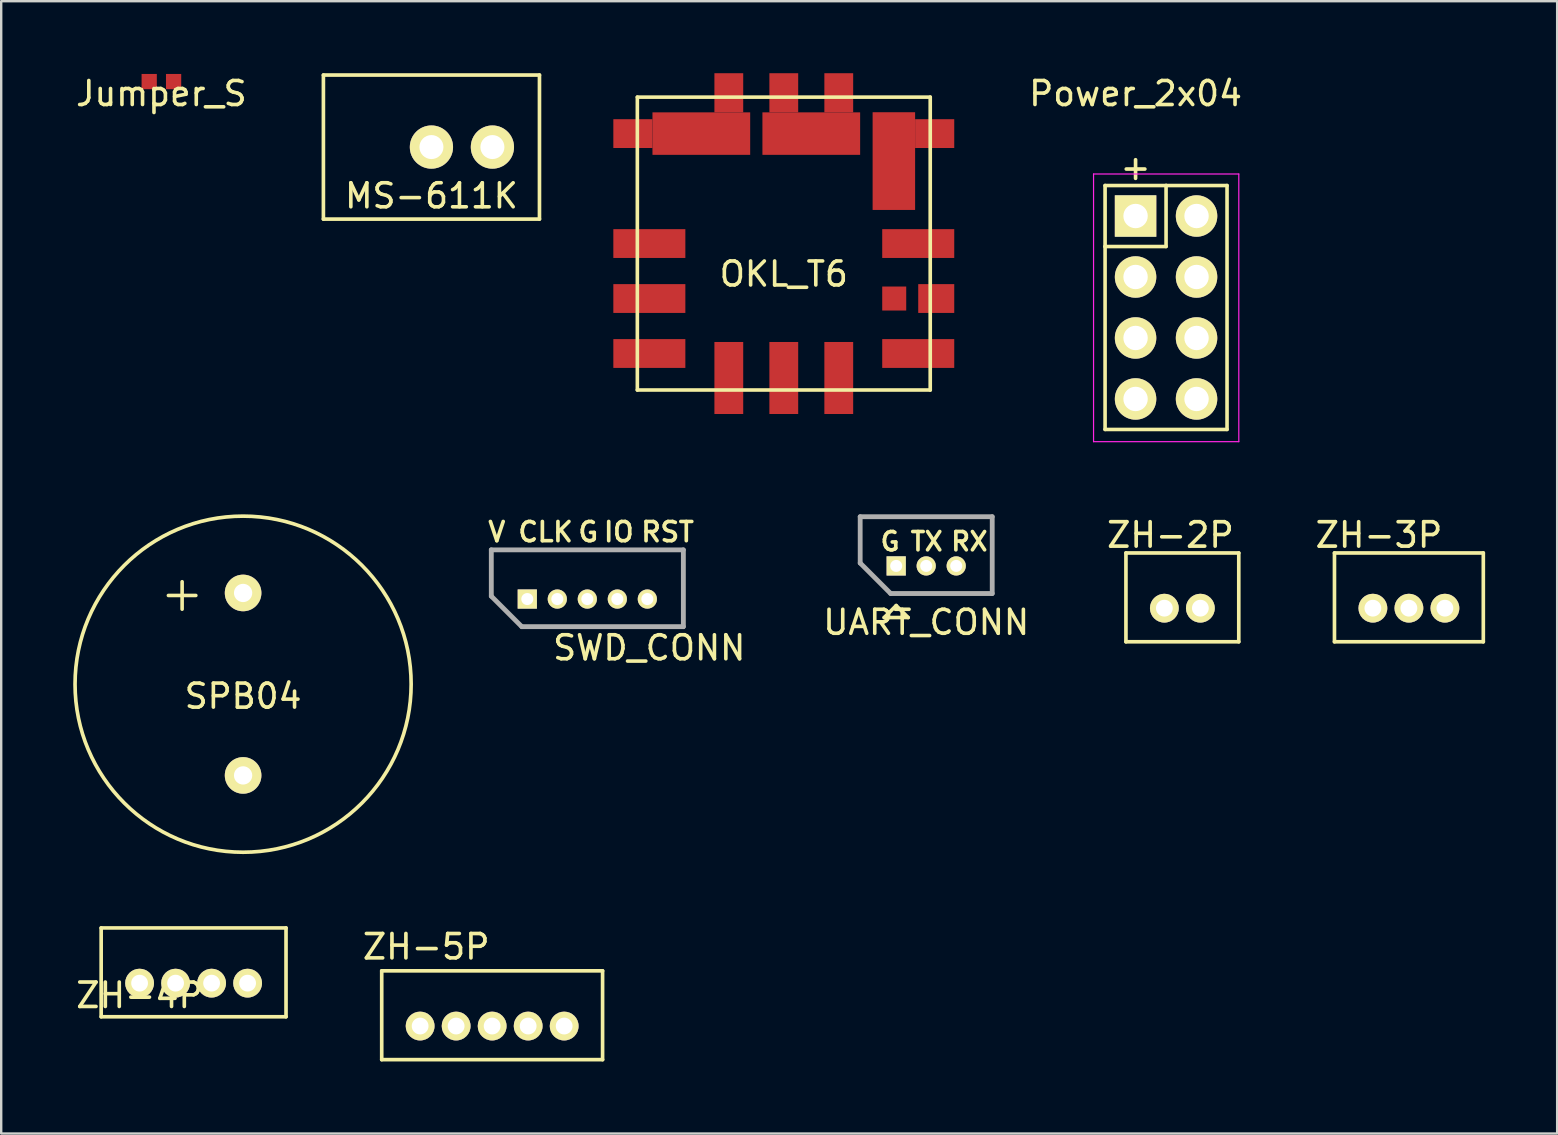
<source format=kicad_pcb>
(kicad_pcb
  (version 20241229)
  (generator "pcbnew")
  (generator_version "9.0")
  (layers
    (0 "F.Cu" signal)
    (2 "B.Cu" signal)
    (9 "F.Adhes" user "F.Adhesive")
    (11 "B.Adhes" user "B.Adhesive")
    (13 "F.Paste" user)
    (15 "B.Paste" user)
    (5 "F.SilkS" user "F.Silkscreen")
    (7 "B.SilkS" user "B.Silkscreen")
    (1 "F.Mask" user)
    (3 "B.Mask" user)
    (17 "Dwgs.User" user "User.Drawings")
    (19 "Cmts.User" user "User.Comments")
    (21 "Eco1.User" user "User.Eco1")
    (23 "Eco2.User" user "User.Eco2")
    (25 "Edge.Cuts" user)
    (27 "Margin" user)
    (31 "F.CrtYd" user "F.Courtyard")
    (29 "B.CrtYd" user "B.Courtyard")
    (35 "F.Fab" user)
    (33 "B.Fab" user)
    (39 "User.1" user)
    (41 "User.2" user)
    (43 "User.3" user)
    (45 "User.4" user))
  (footprint "SPB04"
    (layer "F.Cu")
    (at 7.076 25.449)
    (property "Reference" "SPB04" (at 0 0.5 0) (layer "F.SilkS") (effects (font (size 1 1) (thickness 0.15))))
    (attr through_hole)
    (fp_circle (center 0 0) (end 0 7) (stroke (width 0.152) (type solid)) (fill no) (layer "F.SilkS"))
    (fp_text user "+" (at -2.54 -3.81 0) (layer "F.SilkS") (effects (font (size 1.5 1.5) (thickness 0.15))))
    (pad "1" thru_hole circle (at 0 -3.8) (size 1.524 1.524) (drill 0.762) (layers "*.Cu" "*.Mask" "F.SilkS"))
    (pad "2" thru_hole circle (at 0 3.8) (size 1.524 1.524) (drill 0.762) (layers "*.Cu" "*.Mask" "F.SilkS")))
  (footprint "ZH-5P"
    (layer "F.Cu")
    (at 14.45 39.689)
    (property "Reference" "ZH-5P" (at 0.254 -3.302 0) (layer "F.SilkS") (effects (font (size 1.016 1.016) (thickness 0.152))))
    (attr through_hole)
    (fp_line (start -1.6 -2.3) (end -1.6 1.4) (stroke (width 0.152) (type solid)) (layer "F.SilkS"))
    (fp_line (start -1.6 -2.3) (end 7.6 -2.3) (stroke (width 0.152) (type solid)) (layer "F.SilkS"))
    (fp_line (start -1.6 1.4) (end 7.6 1.4) (stroke (width 0.152) (type solid)) (layer "F.SilkS"))
    (fp_line (start 7.6 -2.3) (end 7.6 1.4) (stroke (width 0.152) (type solid)) (layer "F.SilkS"))
    (pad "1" thru_hole circle (at 0 0) (size 1.2 1.2) (drill 0.7) (layers "*.Cu" "*.Mask" "F.SilkS"))
    (pad "2" thru_hole circle (at 1.5 0) (size 1.2 1.2) (drill 0.7) (layers "*.Cu" "*.Mask" "F.SilkS"))
    (pad "3" thru_hole circle (at 3 0) (size 1.2 1.2) (drill 0.7) (layers "*.Cu" "*.Mask" "F.SilkS"))
    (pad "4" thru_hole circle (at 4.5 0) (size 1.2 1.2) (drill 0.7) (layers "*.Cu" "*.Mask" "F.SilkS"))
    (pad "5" thru_hole circle (at 6 0) (size 1.2 1.2) (drill 0.7) (layers "*.Cu" "*.Mask" "F.SilkS")))
  (footprint "ZH-4P"
    (layer "F.Cu")
    (at 2.764 37.902)
    (property "Reference" "ZH-4P" (at 0 0.508 0) (layer "F.SilkS") (effects (font (size 1.016 1.016) (thickness 0.152))))
    (attr through_hole)
    (fp_line (start -1.6 -2.3) (end -1.6 1.4) (stroke (width 0.152) (type solid)) (layer "F.SilkS"))
    (fp_line (start -1.6 -2.3) (end 6.1 -2.3) (stroke (width 0.152) (type solid)) (layer "F.SilkS"))
    (fp_line (start -1.6 1.4) (end 6.1 1.4) (stroke (width 0.152) (type solid)) (layer "F.SilkS"))
    (fp_line (start 6.1 -2.3) (end 6.1 1.4) (stroke (width 0.152) (type solid)) (layer "F.SilkS"))
    (pad "1" thru_hole circle (at 0 0) (size 1.2 1.2) (drill 0.7) (layers "*.Cu" "*.Mask" "F.SilkS"))
    (pad "2" thru_hole circle (at 1.5 0) (size 1.2 1.2) (drill 0.7) (layers "*.Cu" "*.Mask" "F.SilkS"))
    (pad "3" thru_hole circle (at 3 0) (size 1.2 1.2) (drill 0.7) (layers "*.Cu" "*.Mask" "F.SilkS"))
    (pad "4" thru_hole circle (at 4.5 0) (size 1.2 1.2) (drill 0.7) (layers "*.Cu" "*.Mask" "F.SilkS")))
  (footprint "MS-611K"
    (layer "F.Cu")
    (at 14.921 3.076)
    (property "Reference" "MS-611K" (at 0 2.032 0) (layer "F.SilkS") (effects (font (size 1 1) (thickness 0.15))))
    (attr through_hole)
    (fp_line (start -4.5 -3) (end 4.5 -3) (stroke (width 0.152) (type solid)) (layer "F.SilkS"))
    (fp_line (start -4.5 3) (end -4.5 -3) (stroke (width 0.152) (type solid)) (layer "F.SilkS"))
    (fp_line (start 4.5 -3) (end 4.5 3) (stroke (width 0.152) (type solid)) (layer "F.SilkS"))
    (fp_line (start 4.5 3) (end -4.5 3) (stroke (width 0.152) (type solid)) (layer "F.SilkS"))
    (pad "1" thru_hole circle (at 0 0) (size 1.8 1.8) (drill 1) (layers "*.Cu" "*.Mask" "F.SilkS"))
    (pad "2" thru_hole circle (at 2.54 0) (size 1.8 1.8) (drill 1) (layers "*.Cu" "*.Mask" "F.SilkS")))
  (footprint "UART_CONN"
    (layer "F.Cu")
    (at 34.28 20.523)
    (property "Reference" "UART_CONN" (at 1.25 2.35 0) (layer "F.SilkS") (effects (font (size 1 1) (thickness 0.15))))
    (attr through_hole)
    (fp_line (start -1.5 -2.05) (end 4 -2.05) (stroke (width 0.15) (type solid)) (layer "F.SilkS"))
    (fp_line (start -1.5 -0.12) (end -1.5 -2.05) (stroke (width 0.15) (type solid)) (layer "F.SilkS"))
    (fp_line (start -0.5 2.15) (end 0 1.65) (stroke (width 0.15) (type solid)) (layer "F.SilkS"))
    (fp_line (start 0 1.65) (end 0.5 2.15) (stroke (width 0.15) (type solid)) (layer "F.SilkS"))
    (fp_line (start 0.5 2.15) (end -0.5 2.15) (stroke (width 0.15) (type solid)) (layer "F.SilkS"))
    (fp_line (start 4 -2.05) (end 4 1.15) (stroke (width 0.15) (type solid)) (layer "F.SilkS"))
    (fp_line (start 4 1.15) (end -0.23 1.15) (stroke (width 0.15) (type solid)) (layer "F.SilkS"))
    (fp_line (start -1.5 -2.05) (end 4 -2.05) (stroke (width 0.2) (type solid)) (layer "F.Fab"))
    (fp_line (start -1.5 -0.12) (end -1.5 -2.05) (stroke (width 0.2) (type solid)) (layer "F.Fab"))
    (fp_line (start -0.23 1.15) (end -1.5 -0.12) (stroke (width 0.2) (type solid)) (layer "F.Fab"))
    (fp_line (start 4 -2.05) (end 4 1.15) (stroke (width 0.2) (type solid)) (layer "F.Fab"))
    (fp_line (start 4 1.15) (end -0.23 1.15) (stroke (width 0.2) (type solid)) (layer "F.Fab"))
    (fp_text user "TX" (at 1.27 -1.016 0) (layer "F.SilkS") (effects (font (size 0.762 0.762) (thickness 0.152))))
    (fp_text user "G" (at -0.254 -1.016 0) (layer "F.SilkS") (effects (font (size 0.762 0.762) (thickness 0.152))))
    (fp_text user "RX" (at 3.048 -1.016 0) (layer "F.SilkS") (effects (font (size 0.762 0.762) (thickness 0.152))))
    (pad "1" thru_hole rect (at 0 0) (size 0.8 0.8) (drill 0.5) (layers "*.Cu" "*.Mask" "F.SilkS"))
    (pad "2" thru_hole oval (at 1.25 0) (size 0.8 0.8) (drill 0.5) (layers "*.Cu" "*.Mask" "F.SilkS"))
    (pad "3" thru_hole oval (at 2.5 0) (size 0.8 0.8) (drill 0.5) (layers "*.Cu" "*.Mask" "F.SilkS")))
  (footprint "ZH-2P"
    (layer "F.Cu")
    (at 45.45 22.283)
    (property "Reference" "ZH-2P" (at 0.254 -3.048 0) (layer "F.SilkS") (effects (font (size 1.016 1.016) (thickness 0.152))))
    (attr through_hole)
    (fp_line (start -1.6 -2.3) (end -1.6 1.4) (stroke (width 0.152) (type solid)) (layer "F.SilkS"))
    (fp_line (start -1.6 -2.3) (end 3.1 -2.3) (stroke (width 0.152) (type solid)) (layer "F.SilkS"))
    (fp_line (start -1.6 1.4) (end 3.1 1.4) (stroke (width 0.152) (type solid)) (layer "F.SilkS"))
    (fp_line (start 3.1 -2.3) (end 3.1 1.4) (stroke (width 0.152) (type solid)) (layer "F.SilkS"))
    (pad "1" thru_hole circle (at 0 0) (size 1.2 1.2) (drill 0.7) (layers "*.Cu" "*.Mask" "F.SilkS"))
    (pad "2" thru_hole circle (at 1.5 0) (size 1.2 1.2) (drill 0.7) (layers "*.Cu" "*.Mask" "F.SilkS")))
  (footprint "ZH-3P"
    (layer "F.Cu")
    (at 54.136 22.283)
    (property "Reference" "ZH-3P" (at 0.254 -3.048 0) (layer "F.SilkS") (effects (font (size 1.016 1.016) (thickness 0.152))))
    (attr through_hole)
    (fp_line (start -1.6 -2.3) (end -1.6 1.4) (stroke (width 0.152) (type solid)) (layer "F.SilkS"))
    (fp_line (start -1.6 -2.3) (end 4.6 -2.3) (stroke (width 0.152) (type solid)) (layer "F.SilkS"))
    (fp_line (start -1.6 1.4) (end 4.6 1.4) (stroke (width 0.152) (type solid)) (layer "F.SilkS"))
    (fp_line (start 4.6 -2.3) (end 4.6 1.4) (stroke (width 0.152) (type solid)) (layer "F.SilkS"))
    (pad "1" thru_hole circle (at 0 0) (size 1.2 1.2) (drill 0.7) (layers "*.Cu" "*.Mask" "F.SilkS"))
    (pad "2" thru_hole circle (at 1.5 0) (size 1.2 1.2) (drill 0.7) (layers "*.Cu" "*.Mask" "F.SilkS"))
    (pad "3" thru_hole circle (at 3 0) (size 1.2 1.2) (drill 0.7) (layers "*.Cu" "*.Mask" "F.SilkS")))
  (footprint "Power_2x04"
    (layer "F.Cu")
    (at 44.251 5.948)
    (property "Reference" "Power_2x04" (at 0 -5.1 0) (layer "F.SilkS") (effects (font (size 1 1) (thickness 0.15))))
    (attr through_hole)
    (fp_line (start -1.27 -1.27) (end 1.27 -1.27) (stroke (width 0.152) (type solid)) (layer "F.SilkS"))
    (fp_line (start -1.27 1.27) (end -1.27 -1.27) (stroke (width 0.152) (type solid)) (layer "F.SilkS"))
    (fp_line (start -1.27 1.27) (end -1.27 8.89) (stroke (width 0.15) (type solid)) (layer "F.SilkS"))
    (fp_line (start -1.27 8.89) (end 3.81 8.89) (stroke (width 0.15) (type solid)) (layer "F.SilkS"))
    (fp_line (start 1.27 -1.27) (end 1.27 1.27) (stroke (width 0.15) (type solid)) (layer "F.SilkS"))
    (fp_line (start 1.27 1.27) (end -1.27 1.27) (stroke (width 0.15) (type solid)) (layer "F.SilkS"))
    (fp_line (start 3.81 -1.27) (end 1.27 -1.27) (stroke (width 0.15) (type solid)) (layer "F.SilkS"))
    (fp_line (start 3.81 8.89) (end 3.81 -1.27) (stroke (width 0.15) (type solid)) (layer "F.SilkS"))
    (fp_line (start -1.75 -1.75) (end -1.75 9.4) (stroke (width 0.05) (type solid)) (layer "F.CrtYd"))
    (fp_line (start -1.75 -1.75) (end 4.3 -1.75) (stroke (width 0.05) (type solid)) (layer "F.CrtYd"))
    (fp_line (start -1.75 9.4) (end 4.3 9.4) (stroke (width 0.05) (type solid)) (layer "F.CrtYd"))
    (fp_line (start 4.3 -1.75) (end 4.3 9.4) (stroke (width 0.05) (type solid)) (layer "F.CrtYd"))
    (fp_text user "+" (at 0 -2.032 0) (layer "F.SilkS") (effects (font (size 1.016 1.016) (thickness 0.152))))
    (pad "1" thru_hole rect (at 0 0) (size 1.727 1.727) (drill 1.016) (layers "*.Cu" "*.Mask" "F.SilkS"))
    (pad "2" thru_hole oval (at 2.54 0) (size 1.727 1.727) (drill 1.016) (layers "*.Cu" "*.Mask" "F.SilkS"))
    (pad "3" thru_hole oval (at 0 2.54) (size 1.727 1.727) (drill 1.016) (layers "*.Cu" "*.Mask" "F.SilkS"))
    (pad "4" thru_hole oval (at 2.54 2.54) (size 1.727 1.727) (drill 1.016) (layers "*.Cu" "*.Mask" "F.SilkS"))
    (pad "5" thru_hole oval (at 0 5.08) (size 1.727 1.727) (drill 1.016) (layers "*.Cu" "*.Mask" "F.SilkS"))
    (pad "6" thru_hole oval (at 2.54 5.08) (size 1.727 1.727) (drill 1.016) (layers "*.Cu" "*.Mask" "F.SilkS"))
    (pad "7" thru_hole oval (at 0 7.62) (size 1.727 1.727) (drill 1.016) (layers "*.Cu" "*.Mask" "F.SilkS"))
    (pad "8" thru_hole oval (at 2.54 7.62) (size 1.727 1.727) (drill 1.016) (layers "*.Cu" "*.Mask" "F.SilkS")))
  (footprint "Jumper_S"
    (layer "F.Cu")
    (at 3.673 0.348)
    (property "Reference" "Jumper_S" (at 0 0.5 0) (layer "F.SilkS") (effects (font (size 1 1) (thickness 0.15))))
    (attr through_hole)
    (pad "1" smd rect (at -0.508 0) (size 0.635 0.635) (layers "F.Cu" "F.Mask" "F.Paste"))
    (pad "2" smd rect (at 0.508 0) (size 0.635 0.635) (layers "F.Cu" "F.Mask" "F.Paste")))
  (footprint "SWD_CONN"
    (layer "F.Cu")
    (at 18.914 21.903)
    (property "Reference" "SWD_CONN" (at 5.08 2.032 0) (layer "F.SilkS") (effects (font (size 1 1) (thickness 0.15))))
    (attr through_hole)
    (fp_line (start -1.5 -2.05) (end 6.5 -2.05) (stroke (width 0.15) (type solid)) (layer "F.SilkS"))
    (fp_line (start -1.5 -0.12) (end -1.5 -2.05) (stroke (width 0.15) (type solid)) (layer "F.SilkS"))
    (fp_line (start 6.5 -2.05) (end 6.5 1.15) (stroke (width 0.15) (type solid)) (layer "F.SilkS"))
    (fp_line (start 6.5 1.15) (end -0.23 1.15) (stroke (width 0.15) (type solid)) (layer "F.SilkS"))
    (fp_line (start -1.5 -2.05) (end 6.5 -2.05) (stroke (width 0.2) (type solid)) (layer "F.Fab"))
    (fp_line (start -1.5 -0.12) (end -1.5 -2.05) (stroke (width 0.2) (type solid)) (layer "F.Fab"))
    (fp_line (start -0.23 1.15) (end -1.5 -0.12) (stroke (width 0.2) (type solid)) (layer "F.Fab"))
    (fp_line (start 6.5 -2.05) (end 6.5 1.15) (stroke (width 0.2) (type solid)) (layer "F.Fab"))
    (fp_line (start 6.5 1.15) (end -0.23 1.15) (stroke (width 0.2) (type solid)) (layer "F.Fab"))
    (fp_text user "RST" (at 5.842 -2.794 0) (layer "F.SilkS") (effects (font (size 0.8 0.8) (thickness 0.152))))
    (fp_text user "V" (at -1.27 -2.794 0) (layer "F.SilkS") (effects (font (size 0.8 0.8) (thickness 0.152))))
    (fp_text user "G" (at 2.54 -2.794 0) (layer "F.SilkS") (effects (font (size 0.8 0.8) (thickness 0.152))))
    (fp_text user "IO" (at 3.81 -2.794 0) (layer "F.SilkS") (effects (font (size 0.8 0.8) (thickness 0.152))))
    (fp_text user "CLK" (at 0.762 -2.794 0) (layer "F.SilkS") (effects (font (size 0.8 0.8) (thickness 0.152))))
    (pad "1" thru_hole rect (at 0 0) (size 0.8 0.8) (drill 0.5) (layers "*.Cu" "*.Mask" "F.SilkS"))
    (pad "2" thru_hole oval (at 1.25 0) (size 0.8 0.8) (drill 0.5) (layers "*.Cu" "*.Mask" "F.SilkS"))
    (pad "3" thru_hole oval (at 2.5 0) (size 0.8 0.8) (drill 0.5) (layers "*.Cu" "*.Mask" "F.SilkS"))
    (pad "4" thru_hole oval (at 3.75 0) (size 0.8 0.8) (drill 0.5) (layers "*.Cu" "*.Mask" "F.SilkS"))
    (pad "5" thru_hole oval (at 5 0) (size 0.8 0.8) (drill 0.5) (layers "*.Cu" "*.Mask" "F.SilkS")))
  (footprint "OKL_T6"
    (layer "F.Cu")
    (at 29.598 7.095)
    (property "Reference" "OKL_T6" (at 0 1.27 0) (layer "F.SilkS") (effects (font (size 1 1) (thickness 0.15))))
    (attr through_hole)
    (fp_line (start -6.1 -6.1) (end 6.1 -6.1) (stroke (width 0.15) (type solid)) (layer "F.SilkS"))
    (fp_line (start -6.1 6.1) (end -6.1 -6.1) (stroke (width 0.15) (type solid)) (layer "F.SilkS"))
    (fp_line (start 6.1 -6.1) (end 6.1 6.1) (stroke (width 0.152) (type solid)) (layer "F.SilkS"))
    (fp_line (start 6.1 6.1) (end -6.1 6.1) (stroke (width 0.152) (type solid)) (layer "F.SilkS"))
    (pad "1" smd rect (at -5.6 0) (size 3 1.2) (layers "F.Cu" "F.Mask" "F.Paste"))
    (pad "2" smd rect (at -6.285 -4.58) (size 1.63 1.2) (layers "F.Cu" "F.Mask" "F.Paste"))
    (pad "2" smd rect (at -3.435 -4.58) (size 4.07 1.77) (layers "F.Cu" "F.Mask" "F.Paste"))
    (pad "2" smd rect (at -2.29 -6.28) (size 1.2 1.63) (layers "F.Cu" "F.Mask" "F.Paste"))
    (pad "3" smd rect (at 0 -6.28) (size 1.2 1.63) (layers "F.Cu" "F.Mask" "F.Paste"))
    (pad "3" smd rect (at 1.145 -4.58) (size 4.07 1.77) (layers "F.Cu" "F.Mask" "F.Paste"))
    (pad "3" smd rect (at 2.29 -6.28) (size 1.2 1.63) (layers "F.Cu" "F.Mask" "F.Paste"))
    (pad "4" smd rect (at 4.585 -3.435) (size 1.77 4.07) (layers "F.Cu" "F.Mask" "F.Paste"))
    (pad "4" smd rect (at 6.285 -4.58) (size 1.63 1.2) (layers "F.Cu" "F.Mask" "F.Paste"))
    (pad "5" smd rect (at 5.6 0) (size 3 1.2) (layers "F.Cu" "F.Mask" "F.Paste"))
    (pad "6" smd rect (at 5.6 4.58) (size 3 1.2) (layers "F.Cu" "F.Mask" "F.Paste"))
    (pad "7" smd rect (at 0 5.6) (size 1.2 3) (layers "F.Cu" "F.Mask" "F.Paste"))
    (pad "8" smd rect (at -2.29 5.6) (size 1.2 3) (layers "F.Cu" "F.Mask" "F.Paste"))
    (pad "9" smd rect (at -5.6 4.58) (size 3 1.2) (layers "F.Cu" "F.Mask" "F.Paste"))
    (pad "10" smd rect (at -5.6 2.29) (size 3 1.2) (layers "F.Cu" "F.Mask" "F.Paste"))
    (pad "11" smd rect (at 4.6 2.29) (size 1 1) (layers "F.Cu" "F.Mask" "F.Paste"))
    (pad "11" smd rect (at 6.35 2.29) (size 1.5 1.2) (layers "F.Cu" "F.Mask" "F.Paste"))
    (pad "12" smd rect (at 2.29 5.6) (size 1.2 3) (layers "F.Cu" "F.Mask" "F.Paste")))
  (gr_rect
    (start -3 -3)
    (end 61.812 44.166)
    (stroke (width 0.1) (type default))
    (fill no)
    (layer "Edge.Cuts")))
</source>
